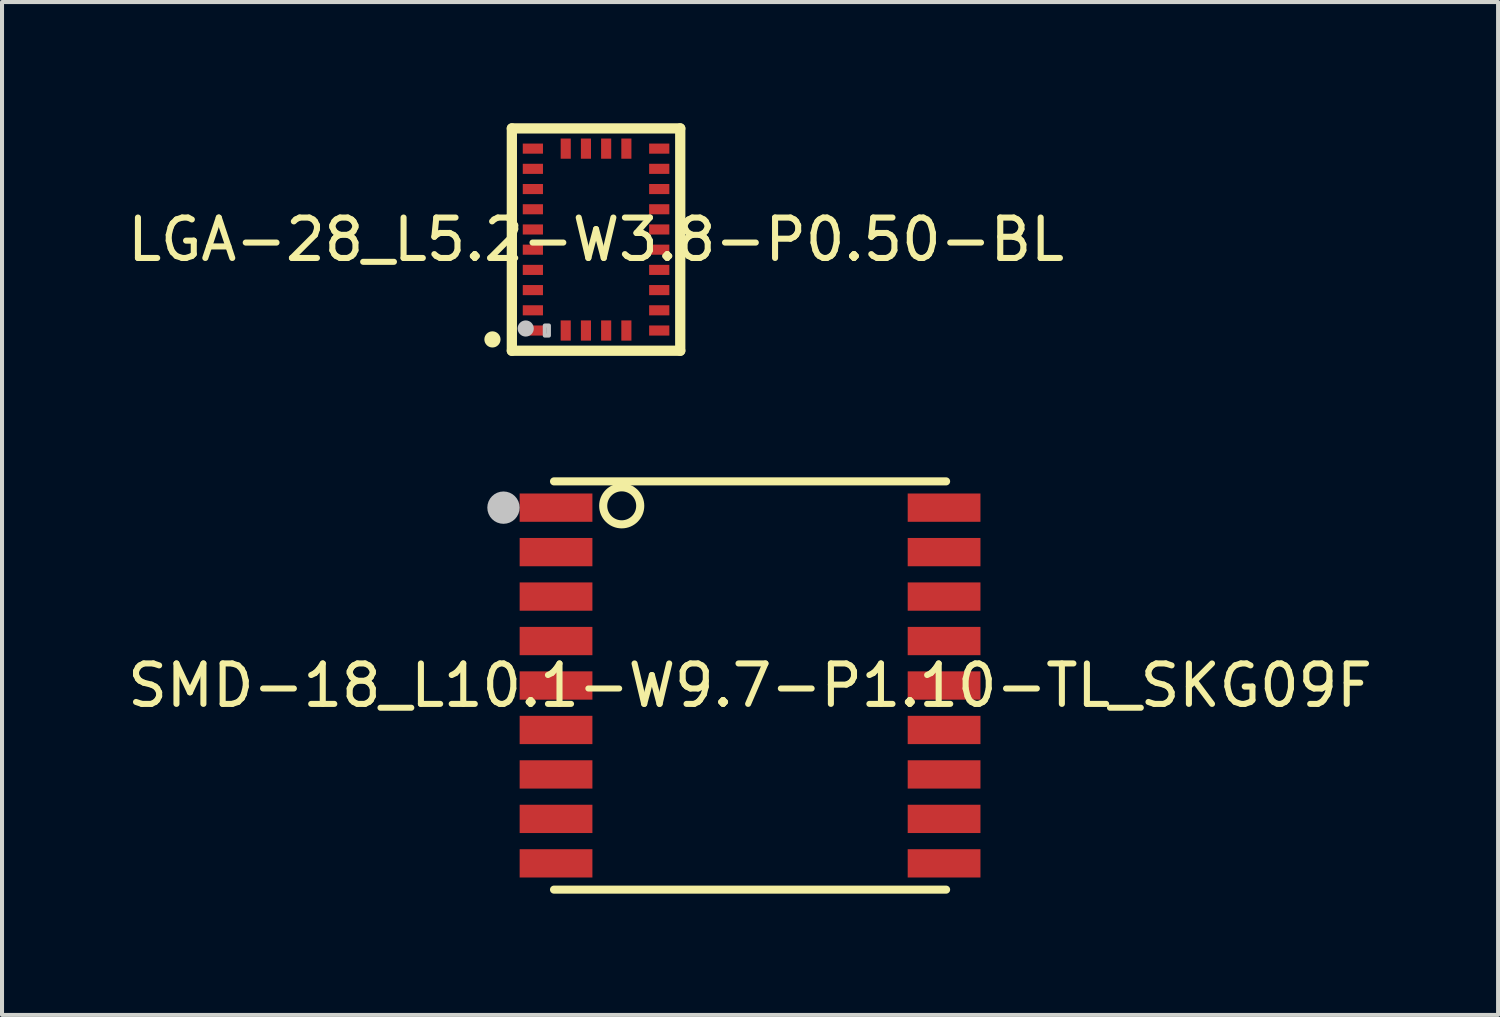
<source format=kicad_pcb>
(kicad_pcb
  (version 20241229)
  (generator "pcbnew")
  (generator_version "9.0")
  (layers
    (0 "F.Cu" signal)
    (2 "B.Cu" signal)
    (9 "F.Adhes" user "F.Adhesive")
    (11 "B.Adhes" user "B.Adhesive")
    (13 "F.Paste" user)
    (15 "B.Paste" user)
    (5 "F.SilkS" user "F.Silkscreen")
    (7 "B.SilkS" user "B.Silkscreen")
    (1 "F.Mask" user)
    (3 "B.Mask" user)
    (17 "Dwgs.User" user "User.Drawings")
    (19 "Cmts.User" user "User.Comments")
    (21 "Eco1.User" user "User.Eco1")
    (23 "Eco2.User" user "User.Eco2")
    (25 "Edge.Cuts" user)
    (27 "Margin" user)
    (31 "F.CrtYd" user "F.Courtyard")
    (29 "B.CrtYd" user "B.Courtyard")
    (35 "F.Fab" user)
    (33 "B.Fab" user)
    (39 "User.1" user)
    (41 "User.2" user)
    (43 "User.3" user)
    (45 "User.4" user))
  (footprint "SMD-18_L10.1-W9.7-P1.10-TL_SKG09F"
    (layer "F.Cu")
    (at 15.506 13.909)
    (property "Reference" "SMD-18_L10.1-W9.7-P1.10-TL_SKG09F" (at 0 0 0) (layer "F.SilkS") (effects (font (size 1 1) (thickness 0.15))))
    (fp_line (start -4.85 -5.05) (end 4.85 -5.05) (stroke (width 0.2) (type default)) (layer "F.SilkS"))
    (fp_line (start -4.85 5.05) (end 4.85 5.05) (stroke (width 0.2) (type default)) (layer "F.SilkS"))
    (fp_circle (center -3.175 -4.445) (end -2.717 -4.445) (stroke (width 0.2) (type default)) (fill no) (layer "F.SilkS"))
    (fp_circle (center -6.1 -4.4) (end -5.9 -4.4) (stroke (width 0.4) (type default)) (fill no) (layer "Dwgs.User"))
    (fp_poly (pts (xy -4.85 -4.05) (xy -4.85 -4.75) (xy -3.95 -4.75) (xy -3.95 -4.05)) (stroke (width 0.1) (type default)) (fill no) (layer "User.1"))
    (fp_poly (pts (xy -4.85 -2.95) (xy -4.85 -3.65) (xy -3.95 -3.65) (xy -3.95 -2.95)) (stroke (width 0.1) (type default)) (fill no) (layer "User.1"))
    (fp_poly (pts (xy -4.85 -1.85) (xy -4.85 -2.55) (xy -3.95 -2.55) (xy -3.95 -1.85)) (stroke (width 0.1) (type default)) (fill no) (layer "User.1"))
    (fp_poly (pts (xy -4.85 -0.75) (xy -4.85 -1.45) (xy -3.95 -1.45) (xy -3.95 -0.75)) (stroke (width 0.1) (type default)) (fill no) (layer "User.1"))
    (fp_poly (pts (xy -4.85 0.35) (xy -4.85 -0.35) (xy -3.95 -0.35) (xy -3.95 0.35)) (stroke (width 0.1) (type default)) (fill no) (layer "User.1"))
    (fp_poly (pts (xy -4.85 1.45) (xy -4.85 0.75) (xy -3.95 0.75) (xy -3.95 1.45)) (stroke (width 0.1) (type default)) (fill no) (layer "User.1"))
    (fp_poly (pts (xy -4.85 2.55) (xy -4.85 1.85) (xy -3.95 1.85) (xy -3.95 2.55)) (stroke (width 0.1) (type default)) (fill no) (layer "User.1"))
    (fp_poly (pts (xy -4.85 3.65) (xy -4.85 2.95) (xy -3.95 2.95) (xy -3.95 3.65)) (stroke (width 0.1) (type default)) (fill no) (layer "User.1"))
    (fp_poly (pts (xy -4.85 4.75) (xy -4.85 4.05) (xy -3.95 4.05) (xy -3.95 4.75)) (stroke (width 0.1) (type default)) (fill no) (layer "User.1"))
    (fp_poly (pts (xy 3.95 -4.05) (xy 3.95 -4.75) (xy 4.85 -4.75) (xy 4.85 -4.05)) (stroke (width 0.1) (type default)) (fill no) (layer "User.1"))
    (fp_poly (pts (xy 3.95 -2.95) (xy 3.95 -3.65) (xy 4.85 -3.65) (xy 4.85 -2.95)) (stroke (width 0.1) (type default)) (fill no) (layer "User.1"))
    (fp_poly (pts (xy 3.95 -1.85) (xy 3.95 -2.55) (xy 4.85 -2.55) (xy 4.85 -1.85)) (stroke (width 0.1) (type default)) (fill no) (layer "User.1"))
    (fp_poly (pts (xy 3.95 -0.75) (xy 3.95 -1.45) (xy 4.85 -1.45) (xy 4.85 -0.75)) (stroke (width 0.1) (type default)) (fill no) (layer "User.1"))
    (fp_poly (pts (xy 3.95 0.35) (xy 3.95 -0.35) (xy 4.85 -0.35) (xy 4.85 0.35)) (stroke (width 0.1) (type default)) (fill no) (layer "User.1"))
    (fp_poly (pts (xy 3.95 1.45) (xy 3.95 0.75) (xy 4.85 0.75) (xy 4.85 1.45)) (stroke (width 0.1) (type default)) (fill no) (layer "User.1"))
    (fp_poly (pts (xy 3.95 2.55) (xy 3.95 1.85) (xy 4.85 1.85) (xy 4.85 2.55)) (stroke (width 0.1) (type default)) (fill no) (layer "User.1"))
    (fp_poly (pts (xy 3.95 3.65) (xy 3.95 2.95) (xy 4.85 2.95) (xy 4.85 3.65)) (stroke (width 0.1) (type default)) (fill no) (layer "User.1"))
    (fp_poly (pts (xy 3.95 4.75) (xy 3.95 4.05) (xy 4.85 4.05) (xy 4.85 4.75)) (stroke (width 0.1) (type default)) (fill no) (layer "User.1"))
    (fp_line (start -4.85 -5.05) (end 4.85 -5.05) (stroke (width 0.051) (type default)) (layer "User.2"))
    (fp_line (start -4.85 5.05) (end -4.85 -5.05) (stroke (width 0.051) (type default)) (layer "User.2"))
    (fp_line (start 4.85 -5.05) (end 4.85 5.05) (stroke (width 0.051) (type default)) (layer "User.2"))
    (fp_line (start 4.85 5.05) (end -4.85 5.05) (stroke (width 0.051) (type default)) (layer "User.2"))
    (fp_poly (pts (xy -4.795 -5.073) (xy -4.827 -5.105) (xy -4.873 -5.105) (xy -4.905 -5.073) (xy -4.905 -5.027) (xy -4.873 -4.995) (xy -4.827 -4.995) (xy -4.795 -5.027)) (stroke (width 0.1) (type default)) (fill no) (layer "User.3"))
    (pad "1" smd rect (at -4.8 -4.4) (size 1.8 0.7) (layers "F.Cu" "F.Mask" "F.Paste"))
    (pad "2" smd rect (at -4.8 -3.3) (size 1.8 0.7) (layers "F.Cu" "F.Mask" "F.Paste"))
    (pad "3" smd rect (at -4.8 -2.2) (size 1.8 0.7) (layers "F.Cu" "F.Mask" "F.Paste"))
    (pad "4" smd rect (at -4.8 -1.1) (size 1.8 0.7) (layers "F.Cu" "F.Mask" "F.Paste"))
    (pad "5" smd rect (at -4.8 0) (size 1.8 0.7) (layers "F.Cu" "F.Mask" "F.Paste"))
    (pad "6" smd rect (at -4.8 1.1) (size 1.8 0.7) (layers "F.Cu" "F.Mask" "F.Paste"))
    (pad "7" smd rect (at -4.8 2.2) (size 1.8 0.7) (layers "F.Cu" "F.Mask" "F.Paste"))
    (pad "8" smd rect (at -4.8 3.3) (size 1.8 0.7) (layers "F.Cu" "F.Mask" "F.Paste"))
    (pad "9" smd rect (at -4.8 4.4) (size 1.8 0.7) (layers "F.Cu" "F.Mask" "F.Paste"))
    (pad "10" smd rect (at 4.8 4.4) (size 1.8 0.7) (layers "F.Cu" "F.Mask" "F.Paste"))
    (pad "11" smd rect (at 4.8 3.3) (size 1.8 0.7) (layers "F.Cu" "F.Mask" "F.Paste"))
    (pad "12" smd rect (at 4.8 2.2) (size 1.8 0.7) (layers "F.Cu" "F.Mask" "F.Paste"))
    (pad "13" smd rect (at 4.8 1.1) (size 1.8 0.7) (layers "F.Cu" "F.Mask" "F.Paste"))
    (pad "14" smd rect (at 4.8 0) (size 1.8 0.7) (layers "F.Cu" "F.Mask" "F.Paste"))
    (pad "15" smd rect (at 4.8 -1.1) (size 1.8 0.7) (layers "F.Cu" "F.Mask" "F.Paste"))
    (pad "16" smd rect (at 4.8 -2.2) (size 1.8 0.7) (layers "F.Cu" "F.Mask" "F.Paste"))
    (pad "17" smd rect (at 4.8 -3.3) (size 1.8 0.7) (layers "F.Cu" "F.Mask" "F.Paste"))
    (pad "18" smd rect (at 4.8 -4.4) (size 1.8 0.7) (layers "F.Cu" "F.Mask" "F.Paste")))
  (footprint "LGA-28_L5.2-W3.8-P0.50-BL"
    (layer "F.Cu")
    (at 11.696 2.877)
    (property "Reference" "LGA-28_L5.2-W3.8-P0.50-BL" (at 0 0 0) (layer "F.SilkS") (effects (font (size 1 1) (thickness 0.15))))
    (fp_line (start -2.083 2.75) (end 2.083 2.75) (stroke (width 0.254) (type default)) (layer "F.SilkS"))
    (fp_line (start -2.083 -2.75) (end -2.083 2.75) (stroke (width 0.254) (type default)) (layer "F.SilkS"))
    (fp_line (start -2.083 -2.75) (end 2.083 -2.75) (stroke (width 0.254) (type default)) (layer "F.SilkS"))
    (fp_line (start 2.083 2.75) (end 2.083 -2.75) (stroke (width 0.254) (type default)) (layer "F.SilkS"))
    (fp_circle (center -2.563 2.47) (end -2.463 2.47) (stroke (width 0.2) (type default)) (fill no) (layer "F.SilkS"))
    (fp_circle (center -1.74 2.2) (end -1.64 2.2) (stroke (width 0.2) (type default)) (fill no) (layer "Dwgs.User"))
    (fp_poly (pts (xy -1.268 2.126) (xy -1.166 2.126) (xy -1.166 2.375) (xy -1.268 2.375)) (stroke (width 0.1) (type default)) (fill no) (layer "Dwgs.User"))
    (fp_poly (pts (xy -1.813 -2.123) (xy -1.813 -2.373) (xy -1.313 -2.373) (xy -1.313 -2.123)) (stroke (width 0.1) (type default)) (fill no) (layer "User.1"))
    (fp_poly (pts (xy -1.813 -1.623) (xy -1.813 -1.873) (xy -1.313 -1.873) (xy -1.313 -1.623)) (stroke (width 0.1) (type default)) (fill no) (layer "User.1"))
    (fp_poly (pts (xy -1.813 -1.123) (xy -1.813 -1.373) (xy -1.313 -1.373) (xy -1.313 -1.123)) (stroke (width 0.1) (type default)) (fill no) (layer "User.1"))
    (fp_poly (pts (xy -1.813 -0.623) (xy -1.813 -0.873) (xy -1.313 -0.873) (xy -1.313 -0.623)) (stroke (width 0.1) (type default)) (fill no) (layer "User.1"))
    (fp_poly (pts (xy -1.813 -0.123) (xy -1.813 -0.373) (xy -1.313 -0.373) (xy -1.313 -0.123)) (stroke (width 0.1) (type default)) (fill no) (layer "User.1"))
    (fp_poly (pts (xy -1.813 0.377) (xy -1.813 0.127) (xy -1.313 0.127) (xy -1.313 0.377)) (stroke (width 0.1) (type default)) (fill no) (layer "User.1"))
    (fp_poly (pts (xy -1.813 0.877) (xy -1.813 0.627) (xy -1.313 0.627) (xy -1.313 0.877)) (stroke (width 0.1) (type default)) (fill no) (layer "User.1"))
    (fp_poly (pts (xy -1.813 1.377) (xy -1.813 1.127) (xy -1.313 1.127) (xy -1.313 1.377)) (stroke (width 0.1) (type default)) (fill no) (layer "User.1"))
    (fp_poly (pts (xy -1.813 1.877) (xy -1.813 1.627) (xy -1.313 1.627) (xy -1.313 1.877)) (stroke (width 0.1) (type default)) (fill no) (layer "User.1"))
    (fp_poly (pts (xy -1.813 2.375) (xy -1.813 2.125) (xy -1.313 2.125) (xy -1.313 2.375)) (stroke (width 0.1) (type default)) (fill no) (layer "User.1"))
    (fp_poly (pts (xy -0.875 -2.5) (xy -0.625 -2.5) (xy -0.625 -2) (xy -0.875 -2)) (stroke (width 0.1) (type default)) (fill no) (layer "User.1"))
    (fp_poly (pts (xy -0.624 2.5) (xy -0.874 2.5) (xy -0.874 2) (xy -0.624 2)) (stroke (width 0.1) (type default)) (fill no) (layer "User.1"))
    (fp_poly (pts (xy -0.375 -2.5) (xy -0.125 -2.5) (xy -0.125 -2) (xy -0.375 -2)) (stroke (width 0.1) (type default)) (fill no) (layer "User.1"))
    (fp_poly (pts (xy -0.123 2.5) (xy -0.373 2.5) (xy -0.373 2) (xy -0.123 2)) (stroke (width 0.1) (type default)) (fill no) (layer "User.1"))
    (fp_poly (pts (xy 0.125 -2.5) (xy 0.375 -2.5) (xy 0.375 -2) (xy 0.125 -2)) (stroke (width 0.1) (type default)) (fill no) (layer "User.1"))
    (fp_poly (pts (xy 0.377 2.5) (xy 0.127 2.5) (xy 0.127 2) (xy 0.377 2)) (stroke (width 0.1) (type default)) (fill no) (layer "User.1"))
    (fp_poly (pts (xy 0.625 -2.5) (xy 0.875 -2.5) (xy 0.875 -2) (xy 0.625 -2)) (stroke (width 0.1) (type default)) (fill no) (layer "User.1"))
    (fp_poly (pts (xy 0.876 2.5) (xy 0.626 2.5) (xy 0.626 2) (xy 0.876 2)) (stroke (width 0.1) (type default)) (fill no) (layer "User.1"))
    (fp_poly (pts (xy 1.813 -2.373) (xy 1.813 -2.123) (xy 1.313 -2.123) (xy 1.313 -2.373)) (stroke (width 0.1) (type default)) (fill no) (layer "User.1"))
    (fp_poly (pts (xy 1.813 -1.873) (xy 1.813 -1.623) (xy 1.313 -1.623) (xy 1.313 -1.873)) (stroke (width 0.1) (type default)) (fill no) (layer "User.1"))
    (fp_poly (pts (xy 1.813 -1.373) (xy 1.813 -1.123) (xy 1.313 -1.123) (xy 1.313 -1.373)) (stroke (width 0.1) (type default)) (fill no) (layer "User.1"))
    (fp_poly (pts (xy 1.813 -0.873) (xy 1.813 -0.623) (xy 1.313 -0.623) (xy 1.313 -0.873)) (stroke (width 0.1) (type default)) (fill no) (layer "User.1"))
    (fp_poly (pts (xy 1.813 -0.373) (xy 1.813 -0.123) (xy 1.313 -0.123) (xy 1.313 -0.373)) (stroke (width 0.1) (type default)) (fill no) (layer "User.1"))
    (fp_poly (pts (xy 1.813 0.127) (xy 1.813 0.377) (xy 1.313 0.377) (xy 1.313 0.127)) (stroke (width 0.1) (type default)) (fill no) (layer "User.1"))
    (fp_poly (pts (xy 1.813 0.627) (xy 1.813 0.877) (xy 1.313 0.877) (xy 1.313 0.627)) (stroke (width 0.1) (type default)) (fill no) (layer "User.1"))
    (fp_poly (pts (xy 1.813 1.127) (xy 1.813 1.377) (xy 1.313 1.377) (xy 1.313 1.127)) (stroke (width 0.1) (type default)) (fill no) (layer "User.1"))
    (fp_poly (pts (xy 1.813 1.627) (xy 1.813 1.877) (xy 1.313 1.877) (xy 1.313 1.627)) (stroke (width 0.1) (type default)) (fill no) (layer "User.1"))
    (fp_poly (pts (xy 1.813 2.125) (xy 1.813 2.375) (xy 1.313 2.375) (xy 1.313 2.125)) (stroke (width 0.1) (type default)) (fill no) (layer "User.1"))
    (fp_line (start -1.9 -2.6) (end 1.9 -2.6) (stroke (width 0.051) (type default)) (layer "User.2"))
    (fp_line (start -1.9 2.6) (end -1.9 -2.6) (stroke (width 0.051) (type default)) (layer "User.2"))
    (fp_line (start 1.9 -2.6) (end 1.9 2.6) (stroke (width 0.051) (type default)) (layer "User.2"))
    (fp_line (start 1.9 2.6) (end -1.9 2.6) (stroke (width 0.051) (type default)) (layer "User.2"))
    (fp_poly (pts (xy -1.845 2.577) (xy -1.877 2.545) (xy -1.923 2.545) (xy -1.955 2.577) (xy -1.955 2.623) (xy -1.923 2.655) (xy -1.877 2.655) (xy -1.845 2.623)) (stroke (width 0.1) (type default)) (fill no) (layer "User.3"))
    (pad "1" smd rect (at -1.563 2.25 90) (size 0.25 0.5) (layers "F.Cu" "F.Mask" "F.Paste"))
    (pad "2" smd rect (at -0.75 2.25 180) (size 0.25 0.5) (layers "F.Cu" "F.Mask" "F.Paste"))
    (pad "3" smd rect (at -0.25 2.25 180) (size 0.25 0.5) (layers "F.Cu" "F.Mask" "F.Paste"))
    (pad "4" smd rect (at 0.25 2.25 180) (size 0.25 0.5) (layers "F.Cu" "F.Mask" "F.Paste"))
    (pad "5" smd rect (at 0.75 2.25 180) (size 0.25 0.5) (layers "F.Cu" "F.Mask" "F.Paste"))
    (pad "6" smd rect (at 1.563 2.25 270) (size 0.25 0.5) (layers "F.Cu" "F.Mask" "F.Paste"))
    (pad "7" smd rect (at 1.563 1.75 270) (size 0.25 0.5) (layers "F.Cu" "F.Mask" "F.Paste"))
    (pad "8" smd rect (at 1.563 1.25 270) (size 0.25 0.5) (layers "F.Cu" "F.Mask" "F.Paste"))
    (pad "9" smd rect (at 1.563 0.75 270) (size 0.25 0.5) (layers "F.Cu" "F.Mask" "F.Paste"))
    (pad "10" smd rect (at 1.563 0.25 270) (size 0.25 0.5) (layers "F.Cu" "F.Mask" "F.Paste"))
    (pad "11" smd rect (at 1.563 -0.25 270) (size 0.25 0.5) (layers "F.Cu" "F.Mask" "F.Paste"))
    (pad "12" smd rect (at 1.563 -0.75 270) (size 0.25 0.5) (layers "F.Cu" "F.Mask" "F.Paste"))
    (pad "13" smd rect (at 1.563 -1.25 270) (size 0.25 0.5) (layers "F.Cu" "F.Mask" "F.Paste"))
    (pad "14" smd rect (at 1.563 -1.75 270) (size 0.25 0.5) (layers "F.Cu" "F.Mask" "F.Paste"))
    (pad "15" smd rect (at 1.563 -2.25 270) (size 0.25 0.5) (layers "F.Cu" "F.Mask" "F.Paste"))
    (pad "16" smd rect (at 0.75 -2.25) (size 0.25 0.5) (layers "F.Cu" "F.Mask" "F.Paste"))
    (pad "17" smd rect (at 0.25 -2.25) (size 0.25 0.5) (layers "F.Cu" "F.Mask" "F.Paste"))
    (pad "18" smd rect (at -0.25 -2.25) (size 0.25 0.5) (layers "F.Cu" "F.Mask" "F.Paste"))
    (pad "19" smd rect (at -0.75 -2.25) (size 0.25 0.5) (layers "F.Cu" "F.Mask" "F.Paste"))
    (pad "20" smd rect (at -1.563 -2.25 90) (size 0.25 0.5) (layers "F.Cu" "F.Mask" "F.Paste"))
    (pad "21" smd rect (at -1.563 -1.75 90) (size 0.25 0.5) (layers "F.Cu" "F.Mask" "F.Paste"))
    (pad "22" smd rect (at -1.563 -1.25 90) (size 0.25 0.5) (layers "F.Cu" "F.Mask" "F.Paste"))
    (pad "23" smd rect (at -1.563 -0.75 90) (size 0.25 0.5) (layers "F.Cu" "F.Mask" "F.Paste"))
    (pad "24" smd rect (at -1.563 -0.25 90) (size 0.25 0.5) (layers "F.Cu" "F.Mask" "F.Paste"))
    (pad "25" smd rect (at -1.563 0.25 90) (size 0.25 0.5) (layers "F.Cu" "F.Mask" "F.Paste"))
    (pad "26" smd rect (at -1.563 0.75 90) (size 0.25 0.5) (layers "F.Cu" "F.Mask" "F.Paste"))
    (pad "27" smd rect (at -1.563 1.25 90) (size 0.25 0.5) (layers "F.Cu" "F.Mask" "F.Paste"))
    (pad "28" smd rect (at -1.563 1.75 90) (size 0.25 0.5) (layers "F.Cu" "F.Mask" "F.Paste")))
  (gr_rect
    (start -3 -3)
    (end 34.012 22.059)
    (stroke (width 0.1) (type default))
    (fill no)
    (layer "Edge.Cuts")))
</source>
